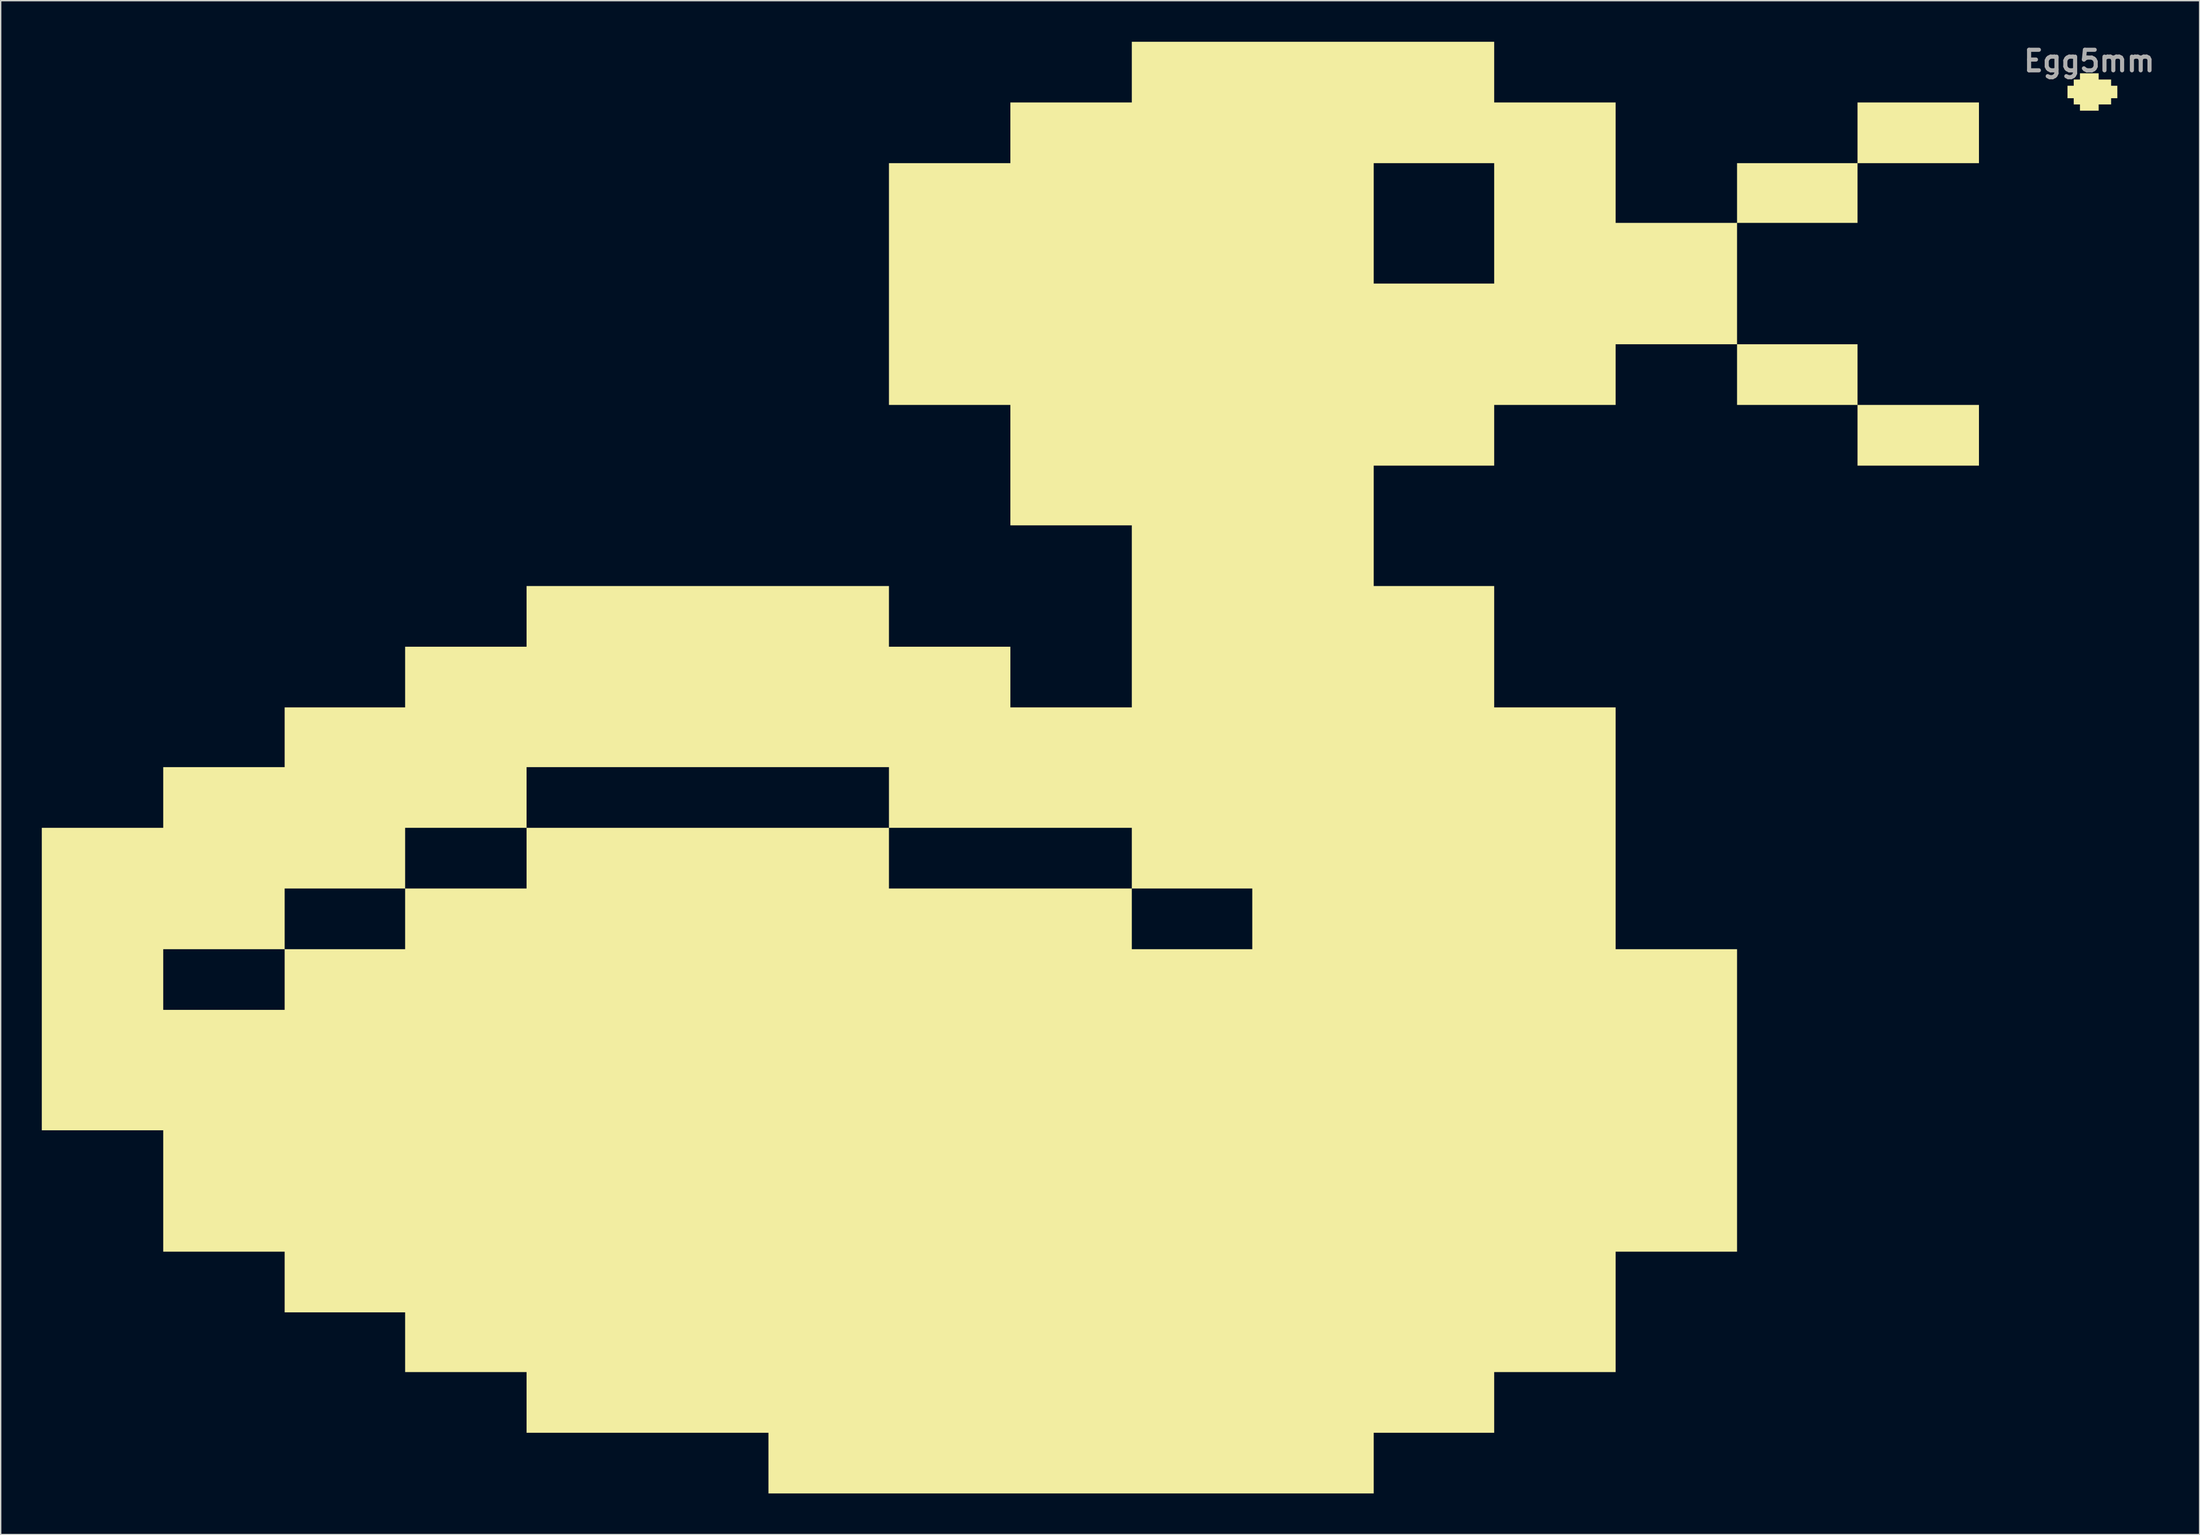
<source format=kicad_pcb>
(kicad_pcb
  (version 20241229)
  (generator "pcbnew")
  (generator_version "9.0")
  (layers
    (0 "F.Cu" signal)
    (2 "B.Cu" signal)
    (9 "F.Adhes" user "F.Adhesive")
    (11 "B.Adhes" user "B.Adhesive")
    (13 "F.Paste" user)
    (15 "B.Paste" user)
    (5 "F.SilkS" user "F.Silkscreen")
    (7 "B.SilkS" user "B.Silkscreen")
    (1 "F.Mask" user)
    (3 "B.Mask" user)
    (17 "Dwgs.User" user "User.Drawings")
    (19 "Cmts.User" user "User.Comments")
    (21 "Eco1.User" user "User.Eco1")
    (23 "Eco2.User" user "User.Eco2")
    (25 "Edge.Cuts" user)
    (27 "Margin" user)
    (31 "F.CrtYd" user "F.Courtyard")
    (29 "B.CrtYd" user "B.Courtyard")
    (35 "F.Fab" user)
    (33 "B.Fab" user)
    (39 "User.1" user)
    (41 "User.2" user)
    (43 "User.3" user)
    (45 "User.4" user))
  (footprint "Duck166mm"
    (layer "F.Cu")
    (at 72.047 52.98)
    (property "Reference" "Duck166mm" (at 0 0 0) (layer "F.SilkS") (effects (font (size 1.5 1.5) (thickness 0.3))))
    (attr board_only exclude_from_pos_files exclude_from_bom)
    (fp_poly (pts (xy 60.42 -28.687) (xy 60.42 -26.473) (xy 56.025 -26.473) (xy 51.631 -26.473) (xy 51.631 -28.687) (xy 51.631 -30.902) (xy 56.025 -30.902) (xy 60.42 -30.902)) (stroke (width 0) (type solid)) (fill yes) (layer "F.SilkS"))
    (fp_poly (pts (xy 69.279 -24.258) (xy 69.279 -22.043) (xy 64.85 -22.043) (xy 60.42 -22.043) (xy 60.42 -24.258) (xy 60.42 -26.473) (xy 64.85 -26.473) (xy 69.279 -26.473)) (stroke (width 0) (type solid)) (fill yes) (layer "F.SilkS"))
    (fp_poly (pts (xy 33.913 -50.765) (xy 33.913 -48.551) (xy 38.342 -48.551) (xy 42.772 -48.551) (xy 42.772 -44.156) (xy 42.772 -39.761) (xy 47.201 -39.761) (xy 51.631 -39.761) (xy 51.631 -41.941) (xy 51.631 -44.121) (xy 56.025 -44.121) (xy 60.42 -44.121) (xy 60.42 -46.336) (xy 60.42 -48.551) (xy 64.85 -48.551) (xy 69.279 -48.551) (xy 69.279 -46.336) (xy 69.279 -44.121) (xy 64.85 -44.121) (xy 60.42 -44.121) (xy 60.42 -41.941) (xy 60.42 -39.761) (xy 56.025 -39.761) (xy 51.631 -39.761) (xy 51.631 -35.332) (xy 51.631 -30.902) (xy 47.201 -30.902) (xy 42.772 -30.902) (xy 42.772 -28.687) (xy 42.772 -26.473) (xy 38.342 -26.473) (xy 33.913 -26.473) (xy 33.913 -24.258) (xy 33.913 -22.043) (xy 29.518 -22.043) (xy 25.123 -22.043) (xy 25.123 -17.649) (xy 25.123 -13.254) (xy 29.518 -13.254) (xy 33.913 -13.254) (xy 33.913 -8.824) (xy 33.913 -4.395) (xy 38.342 -4.395) (xy 42.772 -4.395) (xy 42.772 4.429) (xy 42.772 13.254) (xy 47.201 13.254) (xy 51.631 13.254) (xy 51.631 24.293) (xy 51.631 35.332) (xy 47.201 35.332) (xy 42.772 35.332) (xy 42.772 39.726) (xy 42.772 44.121) (xy 38.342 44.121) (xy 33.913 44.121) (xy 33.913 46.336) (xy 33.913 48.551) (xy 29.518 48.551) (xy 25.123 48.551) (xy 25.123 50.765) (xy 25.123 52.98) (xy 3.045 52.98) (xy -19.033 52.98) (xy -19.033 50.765) (xy -19.033 48.551) (xy -27.857 48.551) (xy -36.681 48.551) (xy -36.681 46.336) (xy -36.681 44.121) (xy -41.111 44.121) (xy -45.54 44.121) (xy -45.54 41.941) (xy -45.54 39.761) (xy -49.935 39.761) (xy -54.33 39.761) (xy -54.33 37.546) (xy -54.33 35.332) (xy -58.759 35.332) (xy -63.189 35.332) (xy -63.189 30.902) (xy -63.189 26.473) (xy -67.618 26.473) (xy -72.047 26.473) (xy -72.047 15.434) (xy -72.047 13.254) (xy -63.189 13.254) (xy -63.189 15.468) (xy -63.189 17.683) (xy -58.759 17.683) (xy -54.33 17.683) (xy -54.33 15.468) (xy -54.33 13.254) (xy -49.935 13.254) (xy -45.54 13.254) (xy -45.54 11.039) (xy 7.475 11.039) (xy 7.475 13.254) (xy 11.869 13.254) (xy 16.264 13.254) (xy 16.264 11.039) (xy 16.264 8.824) (xy 11.869 8.824) (xy 7.475 8.824) (xy 7.475 11.039) (xy -45.54 11.039) (xy -45.54 8.824) (xy -41.111 8.824) (xy -36.681 8.824) (xy -36.681 6.61) (xy -10.243 6.61) (xy -10.243 8.824) (xy -1.384 8.824) (xy 7.475 8.824) (xy 7.475 6.61) (xy 7.475 4.395) (xy -1.384 4.395) (xy -10.243 4.395) (xy -10.243 6.61) (xy -36.681 6.61) (xy -36.681 4.395) (xy -23.462 4.395) (xy -10.243 4.395) (xy -10.243 2.18) (xy -10.243 -0.035) (xy -23.462 -0.035) (xy -36.681 -0.035) (xy -36.681 2.18) (xy -36.681 4.395) (xy -41.111 4.395) (xy -45.54 4.395) (xy -45.54 6.61) (xy -45.54 8.824) (xy -49.935 8.824) (xy -54.33 8.824) (xy -54.33 11.039) (xy -54.33 13.254) (xy -58.759 13.254) (xy -63.189 13.254) (xy -72.047 13.254) (xy -72.047 4.395) (xy -67.618 4.395) (xy -63.189 4.395) (xy -63.189 2.18) (xy -63.189 -0.035) (xy -58.759 -0.035) (xy -54.33 -0.035) (xy -54.33 -2.215) (xy -54.33 -4.395) (xy -49.935 -4.395) (xy -45.54 -4.395) (xy -45.54 -6.61) (xy -45.54 -8.824) (xy -41.111 -8.824) (xy -36.681 -8.824) (xy -36.681 -11.039) (xy -36.681 -13.254) (xy -23.462 -13.254) (xy -10.243 -13.254) (xy -10.243 -11.039) (xy -10.243 -8.824) (xy -5.814 -8.824) (xy -1.384 -8.824) (xy -1.384 -6.61) (xy -1.384 -4.395) (xy 3.045 -4.395) (xy 7.475 -4.395) (xy 7.475 -11.039) (xy 7.475 -17.683) (xy 3.045 -17.683) (xy -1.384 -17.683) (xy -1.384 -22.078) (xy -1.384 -26.473) (xy -5.814 -26.473) (xy -10.243 -26.473) (xy -10.243 -35.297) (xy -10.243 -39.726) (xy 25.123 -39.726) (xy 25.123 -35.332) (xy 29.518 -35.332) (xy 33.913 -35.332) (xy 33.913 -39.726) (xy 33.913 -44.121) (xy 29.518 -44.121) (xy 25.123 -44.121) (xy 25.123 -39.726) (xy -10.243 -39.726) (xy -10.243 -44.121) (xy -5.814 -44.121) (xy -1.384 -44.121) (xy -1.384 -46.336) (xy -1.384 -48.551) (xy 3.045 -48.551) (xy 7.475 -48.551) (xy 7.475 -50.765) (xy 7.475 -52.98) (xy 20.694 -52.98) (xy 33.913 -52.98)) (stroke (width 0) (type solid)) (fill yes) (layer "F.SilkS")))
  (footprint "Egg5mm"
    (layer "F.Cu")
    (at 149.604 3.664)
    (property "Reference" "Egg5mm" (at -0.227 -2.26 0) (layer "F.Fab") (effects (font (size 1.5 1.5) (thickness 0.3))))
    (attr board_only exclude_from_pos_files exclude_from_bom)
    (fp_poly (pts (xy 0.455 -1.136) (xy 0.455 -0.909) (xy 0.909 -0.909) (xy 1.364 -0.909) (xy 1.364 -0.682) (xy 1.364 -0.455) (xy 1.591 -0.455) (xy 1.818 -0.455) (xy 1.818 -0.000001) (xy 1.818 0.455) (xy 1.591 0.455) (xy 1.364 0.455) (xy 1.364 0.682) (xy 1.364 0.909) (xy 0.909 0.909) (xy 0.455 0.909) (xy 0.455 1.136) (xy 0.455 1.364) (xy -0.227 1.364) (xy -0.909 1.364) (xy -0.909 1.136) (xy -0.909 0.909) (xy -1.136 0.909) (xy -1.364 0.909) (xy -1.364 0.682) (xy -1.364 0.455) (xy -1.591 0.455) (xy -1.818 0.455) (xy -1.818 -0.000001) (xy -1.818 -0.455) (xy -1.591 -0.455) (xy -1.364 -0.455) (xy -1.364 -0.682) (xy -1.364 -0.909) (xy -1.136 -0.909) (xy -0.909 -0.909) (xy -0.909 -1.136) (xy -0.909 -1.364) (xy -0.227 -1.364) (xy 0.455 -1.364)) (stroke (width 0) (type solid)) (fill yes) (layer "F.SilkS")))
  (gr_rect
    (start -3 -3)
    (end 157.426 108.96)
    (stroke (width 0.1) (type default))
    (fill no)
    (layer "Edge.Cuts")))
</source>
